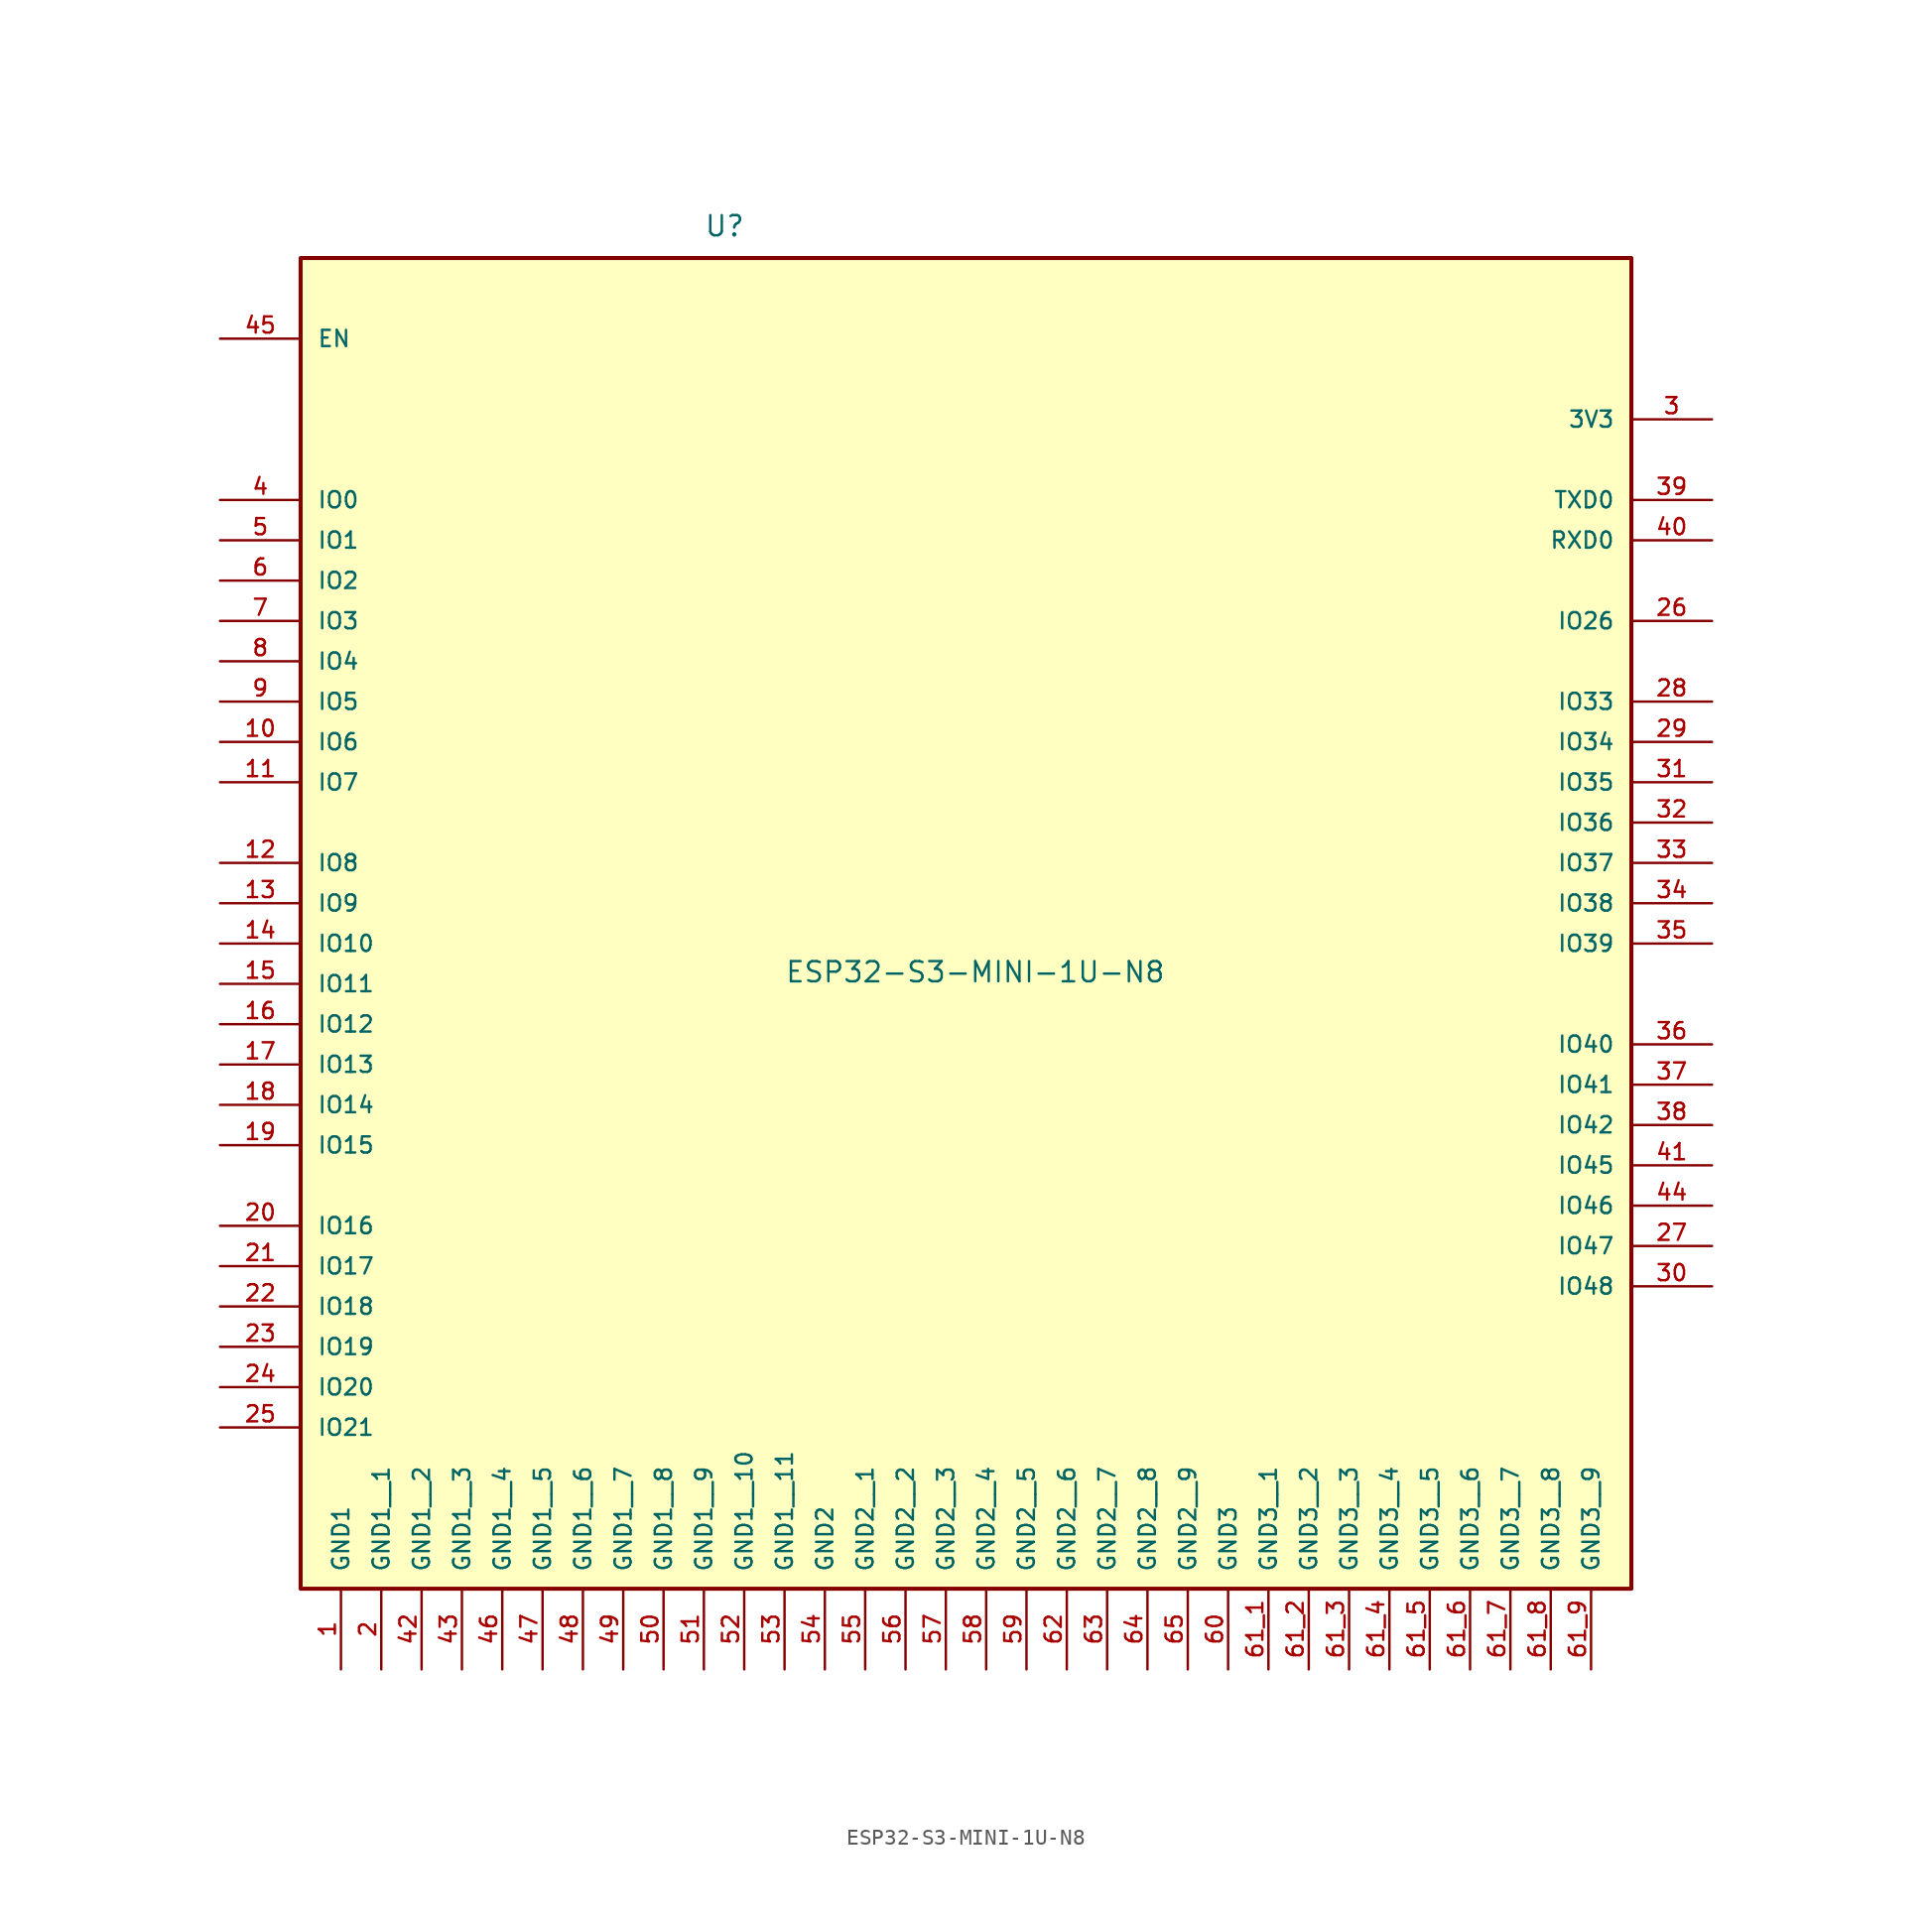
<source format=kicad_sym>
(kicad_symbol_lib
  (version 20220914)
  (generator kicad_symbol_editor)
  (symbol "ESP32-S3-MINI-1U-N8"
    (pin_names
      (offset 1.016))
    (property "Reference" "U"
      (at -16.51 48.26 0)
      (effects (font (size 1.27 1.27)) (justify left bottom)))
    (property "Value" "ESP32-S3-MINI-1U-N8"
      (at -11.43 1.27 0)
      (effects (font (size 1.27 1.27)) (justify left bottom)))
    (symbol "ESP32-S3-MINI-1U-N8_0_0"
      (rectangle (start -41.91 46.99) (end 41.91 -36.83) (stroke (width 0.254) (type default)) (fill (type background)))
      (pin power_in line (at -39.37 -41.91 90) (length 5.08) (name "GND1" (effects (font (size 1.016 1.016)))) (number "1" (effects (font (size 1.016 1.016)))))
      (pin bidirectional line (at -46.99 16.51 0) (length 5.08) (name "IO6" (effects (font (size 1.016 1.016)))) (number "10" (effects (font (size 1.016 1.016)))))
      (pin bidirectional line (at -46.99 13.97 0) (length 5.08) (name "IO7" (effects (font (size 1.016 1.016)))) (number "11" (effects (font (size 1.016 1.016)))))
      (pin bidirectional line (at -46.99 8.89 0) (length 5.08) (name "IO8" (effects (font (size 1.016 1.016)))) (number "12" (effects (font (size 1.016 1.016)))))
      (pin bidirectional line (at -46.99 6.35 0) (length 5.08) (name "IO9" (effects (font (size 1.016 1.016)))) (number "13" (effects (font (size 1.016 1.016)))))
      (pin bidirectional line (at -46.99 3.81 0) (length 5.08) (name "IO10" (effects (font (size 1.016 1.016)))) (number "14" (effects (font (size 1.016 1.016)))))
      (pin bidirectional line (at -46.99 1.27 0) (length 5.08) (name "IO11" (effects (font (size 1.016 1.016)))) (number "15" (effects (font (size 1.016 1.016)))))
      (pin bidirectional line (at -46.99 -1.27 0) (length 5.08) (name "IO12" (effects (font (size 1.016 1.016)))) (number "16" (effects (font (size 1.016 1.016)))))
      (pin bidirectional line (at -46.99 -3.81 0) (length 5.08) (name "IO13" (effects (font (size 1.016 1.016)))) (number "17" (effects (font (size 1.016 1.016)))))
      (pin bidirectional line (at -46.99 -6.35 0) (length 5.08) (name "IO14" (effects (font (size 1.016 1.016)))) (number "18" (effects (font (size 1.016 1.016)))))
      (pin bidirectional line (at -46.99 -8.89 0) (length 5.08) (name "IO15" (effects (font (size 1.016 1.016)))) (number "19" (effects (font (size 1.016 1.016)))))
      (pin power_in line (at -36.83 -41.91 90) (length 5.08) (name "GND1__1" (effects (font (size 1.016 1.016)))) (number "2" (effects (font (size 1.016 1.016)))))
      (pin bidirectional line (at -46.99 -13.97 0) (length 5.08) (name "IO16" (effects (font (size 1.016 1.016)))) (number "20" (effects (font (size 1.016 1.016)))))
      (pin bidirectional line (at -46.99 -16.51 0) (length 5.08) (name "IO17" (effects (font (size 1.016 1.016)))) (number "21" (effects (font (size 1.016 1.016)))))
      (pin bidirectional line (at -46.99 -19.05 0) (length 5.08) (name "IO18" (effects (font (size 1.016 1.016)))) (number "22" (effects (font (size 1.016 1.016)))))
      (pin bidirectional line (at -46.99 -21.59 0) (length 5.08) (name "IO19" (effects (font (size 1.016 1.016)))) (number "23" (effects (font (size 1.016 1.016)))))
      (pin bidirectional line (at -46.99 -24.13 0) (length 5.08) (name "IO20" (effects (font (size 1.016 1.016)))) (number "24" (effects (font (size 1.016 1.016)))))
      (pin bidirectional line (at -46.99 -26.67 0) (length 5.08) (name "IO21" (effects (font (size 1.016 1.016)))) (number "25" (effects (font (size 1.016 1.016)))))
      (pin bidirectional line (at 46.99 24.13 180) (length 5.08) (name "IO26" (effects (font (size 1.016 1.016)))) (number "26" (effects (font (size 1.016 1.016)))))
      (pin bidirectional line (at 46.99 -15.24 180) (length 5.08) (name "IO47" (effects (font (size 1.016 1.016)))) (number "27" (effects (font (size 1.016 1.016)))))
      (pin bidirectional line (at 46.99 19.05 180) (length 5.08) (name "IO33" (effects (font (size 1.016 1.016)))) (number "28" (effects (font (size 1.016 1.016)))))
      (pin bidirectional line (at 46.99 16.51 180) (length 5.08) (name "IO34" (effects (font (size 1.016 1.016)))) (number "29" (effects (font (size 1.016 1.016)))))
      (pin power_in line (at 46.99 36.83 180) (length 5.08) (name "3V3" (effects (font (size 1.016 1.016)))) (number "3" (effects (font (size 1.016 1.016)))))
      (pin bidirectional line (at 46.99 -17.78 180) (length 5.08) (name "IO48" (effects (font (size 1.016 1.016)))) (number "30" (effects (font (size 1.016 1.016)))))
      (pin bidirectional line (at 46.99 13.97 180) (length 5.08) (name "IO35" (effects (font (size 1.016 1.016)))) (number "31" (effects (font (size 1.016 1.016)))))
      (pin bidirectional line (at 46.99 11.43 180) (length 5.08) (name "IO36" (effects (font (size 1.016 1.016)))) (number "32" (effects (font (size 1.016 1.016)))))
      (pin bidirectional line (at 46.99 8.89 180) (length 5.08) (name "IO37" (effects (font (size 1.016 1.016)))) (number "33" (effects (font (size 1.016 1.016)))))
      (pin bidirectional line (at 46.99 6.35 180) (length 5.08) (name "IO38" (effects (font (size 1.016 1.016)))) (number "34" (effects (font (size 1.016 1.016)))))
      (pin bidirectional line (at 46.99 3.81 180) (length 5.08) (name "IO39" (effects (font (size 1.016 1.016)))) (number "35" (effects (font (size 1.016 1.016)))))
      (pin bidirectional line (at 46.99 -2.54 180) (length 5.08) (name "IO40" (effects (font (size 1.016 1.016)))) (number "36" (effects (font (size 1.016 1.016)))))
      (pin bidirectional line (at 46.99 -5.08 180) (length 5.08) (name "IO41" (effects (font (size 1.016 1.016)))) (number "37" (effects (font (size 1.016 1.016)))))
      (pin bidirectional line (at 46.99 -7.62 180) (length 5.08) (name "IO42" (effects (font (size 1.016 1.016)))) (number "38" (effects (font (size 1.016 1.016)))))
      (pin bidirectional line (at 46.99 31.75 180) (length 5.08) (name "TXD0" (effects (font (size 1.016 1.016)))) (number "39" (effects (font (size 1.016 1.016)))))
      (pin bidirectional line (at -46.99 31.75 0) (length 5.08) (name "IO0" (effects (font (size 1.016 1.016)))) (number "4" (effects (font (size 1.016 1.016)))))
      (pin bidirectional line (at 46.99 29.21 180) (length 5.08) (name "RXD0" (effects (font (size 1.016 1.016)))) (number "40" (effects (font (size 1.016 1.016)))))
      (pin bidirectional line (at 46.99 -10.16 180) (length 5.08) (name "IO45" (effects (font (size 1.016 1.016)))) (number "41" (effects (font (size 1.016 1.016)))))
      (pin power_in line (at -34.29 -41.91 90) (length 5.08) (name "GND1__2" (effects (font (size 1.016 1.016)))) (number "42" (effects (font (size 1.016 1.016)))))
      (pin power_in line (at -31.75 -41.91 90) (length 5.08) (name "GND1__3" (effects (font (size 1.016 1.016)))) (number "43" (effects (font (size 1.016 1.016)))))
      (pin bidirectional line (at 46.99 -12.7 180) (length 5.08) (name "IO46" (effects (font (size 1.016 1.016)))) (number "44" (effects (font (size 1.016 1.016)))))
      (pin input line (at -46.99 41.91 0) (length 5.08) (name "EN" (effects (font (size 1.016 1.016)))) (number "45" (effects (font (size 1.016 1.016)))))
      (pin power_in line (at -29.21 -41.91 90) (length 5.08) (name "GND1__4" (effects (font (size 1.016 1.016)))) (number "46" (effects (font (size 1.016 1.016)))))
      (pin power_in line (at -26.67 -41.91 90) (length 5.08) (name "GND1__5" (effects (font (size 1.016 1.016)))) (number "47" (effects (font (size 1.016 1.016)))))
      (pin power_in line (at -24.13 -41.91 90) (length 5.08) (name "GND1__6" (effects (font (size 1.016 1.016)))) (number "48" (effects (font (size 1.016 1.016)))))
      (pin power_in line (at -21.59 -41.91 90) (length 5.08) (name "GND1__7" (effects (font (size 1.016 1.016)))) (number "49" (effects (font (size 1.016 1.016)))))
      (pin bidirectional line (at -46.99 29.21 0) (length 5.08) (name "IO1" (effects (font (size 1.016 1.016)))) (number "5" (effects (font (size 1.016 1.016)))))
      (pin power_in line (at -19.05 -41.91 90) (length 5.08) (name "GND1__8" (effects (font (size 1.016 1.016)))) (number "50" (effects (font (size 1.016 1.016)))))
      (pin power_in line (at -16.51 -41.91 90) (length 5.08) (name "GND1__9" (effects (font (size 1.016 1.016)))) (number "51" (effects (font (size 1.016 1.016)))))
      (pin power_in line (at -13.97 -41.91 90) (length 5.08) (name "GND1__10" (effects (font (size 1.016 1.016)))) (number "52" (effects (font (size 1.016 1.016)))))
      (pin power_in line (at -11.43 -41.91 90) (length 5.08) (name "GND1__11" (effects (font (size 1.016 1.016)))) (number "53" (effects (font (size 1.016 1.016)))))
      (pin power_in line (at -8.89 -41.91 90) (length 5.08) (name "GND2" (effects (font (size 1.016 1.016)))) (number "54" (effects (font (size 1.016 1.016)))))
      (pin power_in line (at -6.35 -41.91 90) (length 5.08) (name "GND2__1" (effects (font (size 1.016 1.016)))) (number "55" (effects (font (size 1.016 1.016)))))
      (pin power_in line (at -3.81 -41.91 90) (length 5.08) (name "GND2__2" (effects (font (size 1.016 1.016)))) (number "56" (effects (font (size 1.016 1.016)))))
      (pin power_in line (at -1.27 -41.91 90) (length 5.08) (name "GND2__3" (effects (font (size 1.016 1.016)))) (number "57" (effects (font (size 1.016 1.016)))))
      (pin power_in line (at 1.27 -41.91 90) (length 5.08) (name "GND2__4" (effects (font (size 1.016 1.016)))) (number "58" (effects (font (size 1.016 1.016)))))
      (pin power_in line (at 3.81 -41.91 90) (length 5.08) (name "GND2__5" (effects (font (size 1.016 1.016)))) (number "59" (effects (font (size 1.016 1.016)))))
      (pin bidirectional line (at -46.99 26.67 0) (length 5.08) (name "IO2" (effects (font (size 1.016 1.016)))) (number "6" (effects (font (size 1.016 1.016)))))
      (pin power_in line (at 16.51 -41.91 90) (length 5.08) (name "GND3" (effects (font (size 1.016 1.016)))) (number "60" (effects (font (size 1.016 1.016)))))
      (pin power_in line (at 19.05 -41.91 90) (length 5.08) (name "GND3__1" (effects (font (size 1.016 1.016)))) (number "61_1" (effects (font (size 1.016 1.016)))))
      (pin power_in line (at 21.59 -41.91 90) (length 5.08) (name "GND3__2" (effects (font (size 1.016 1.016)))) (number "61_2" (effects (font (size 1.016 1.016)))))
      (pin power_in line (at 24.13 -41.91 90) (length 5.08) (name "GND3__3" (effects (font (size 1.016 1.016)))) (number "61_3" (effects (font (size 1.016 1.016)))))
      (pin power_in line (at 26.67 -41.91 90) (length 5.08) (name "GND3__4" (effects (font (size 1.016 1.016)))) (number "61_4" (effects (font (size 1.016 1.016)))))
      (pin power_in line (at 29.21 -41.91 90) (length 5.08) (name "GND3__5" (effects (font (size 1.016 1.016)))) (number "61_5" (effects (font (size 1.016 1.016)))))
      (pin power_in line (at 31.75 -41.91 90) (length 5.08) (name "GND3__6" (effects (font (size 1.016 1.016)))) (number "61_6" (effects (font (size 1.016 1.016)))))
      (pin power_in line (at 34.29 -41.91 90) (length 5.08) (name "GND3__7" (effects (font (size 1.016 1.016)))) (number "61_7" (effects (font (size 1.016 1.016)))))
      (pin power_in line (at 36.83 -41.91 90) (length 5.08) (name "GND3__8" (effects (font (size 1.016 1.016)))) (number "61_8" (effects (font (size 1.016 1.016)))))
      (pin power_in line (at 39.37 -41.91 90) (length 5.08) (name "GND3__9" (effects (font (size 1.016 1.016)))) (number "61_9" (effects (font (size 1.016 1.016)))))
      (pin power_in line (at 6.35 -41.91 90) (length 5.08) (name "GND2__6" (effects (font (size 1.016 1.016)))) (number "62" (effects (font (size 1.016 1.016)))))
      (pin power_in line (at 8.89 -41.91 90) (length 5.08) (name "GND2__7" (effects (font (size 1.016 1.016)))) (number "63" (effects (font (size 1.016 1.016)))))
      (pin power_in line (at 11.43 -41.91 90) (length 5.08) (name "GND2__8" (effects (font (size 1.016 1.016)))) (number "64" (effects (font (size 1.016 1.016)))))
      (pin power_in line (at 13.97 -41.91 90) (length 5.08) (name "GND2__9" (effects (font (size 1.016 1.016)))) (number "65" (effects (font (size 1.016 1.016)))))
      (pin bidirectional line (at -46.99 24.13 0) (length 5.08) (name "IO3" (effects (font (size 1.016 1.016)))) (number "7" (effects (font (size 1.016 1.016)))))
      (pin bidirectional line (at -46.99 21.59 0) (length 5.08) (name "IO4" (effects (font (size 1.016 1.016)))) (number "8" (effects (font (size 1.016 1.016)))))
      (pin bidirectional line (at -46.99 19.05 0) (length 5.08) (name "IO5" (effects (font (size 1.016 1.016)))) (number "9" (effects (font (size 1.016 1.016))))))))
</source>
